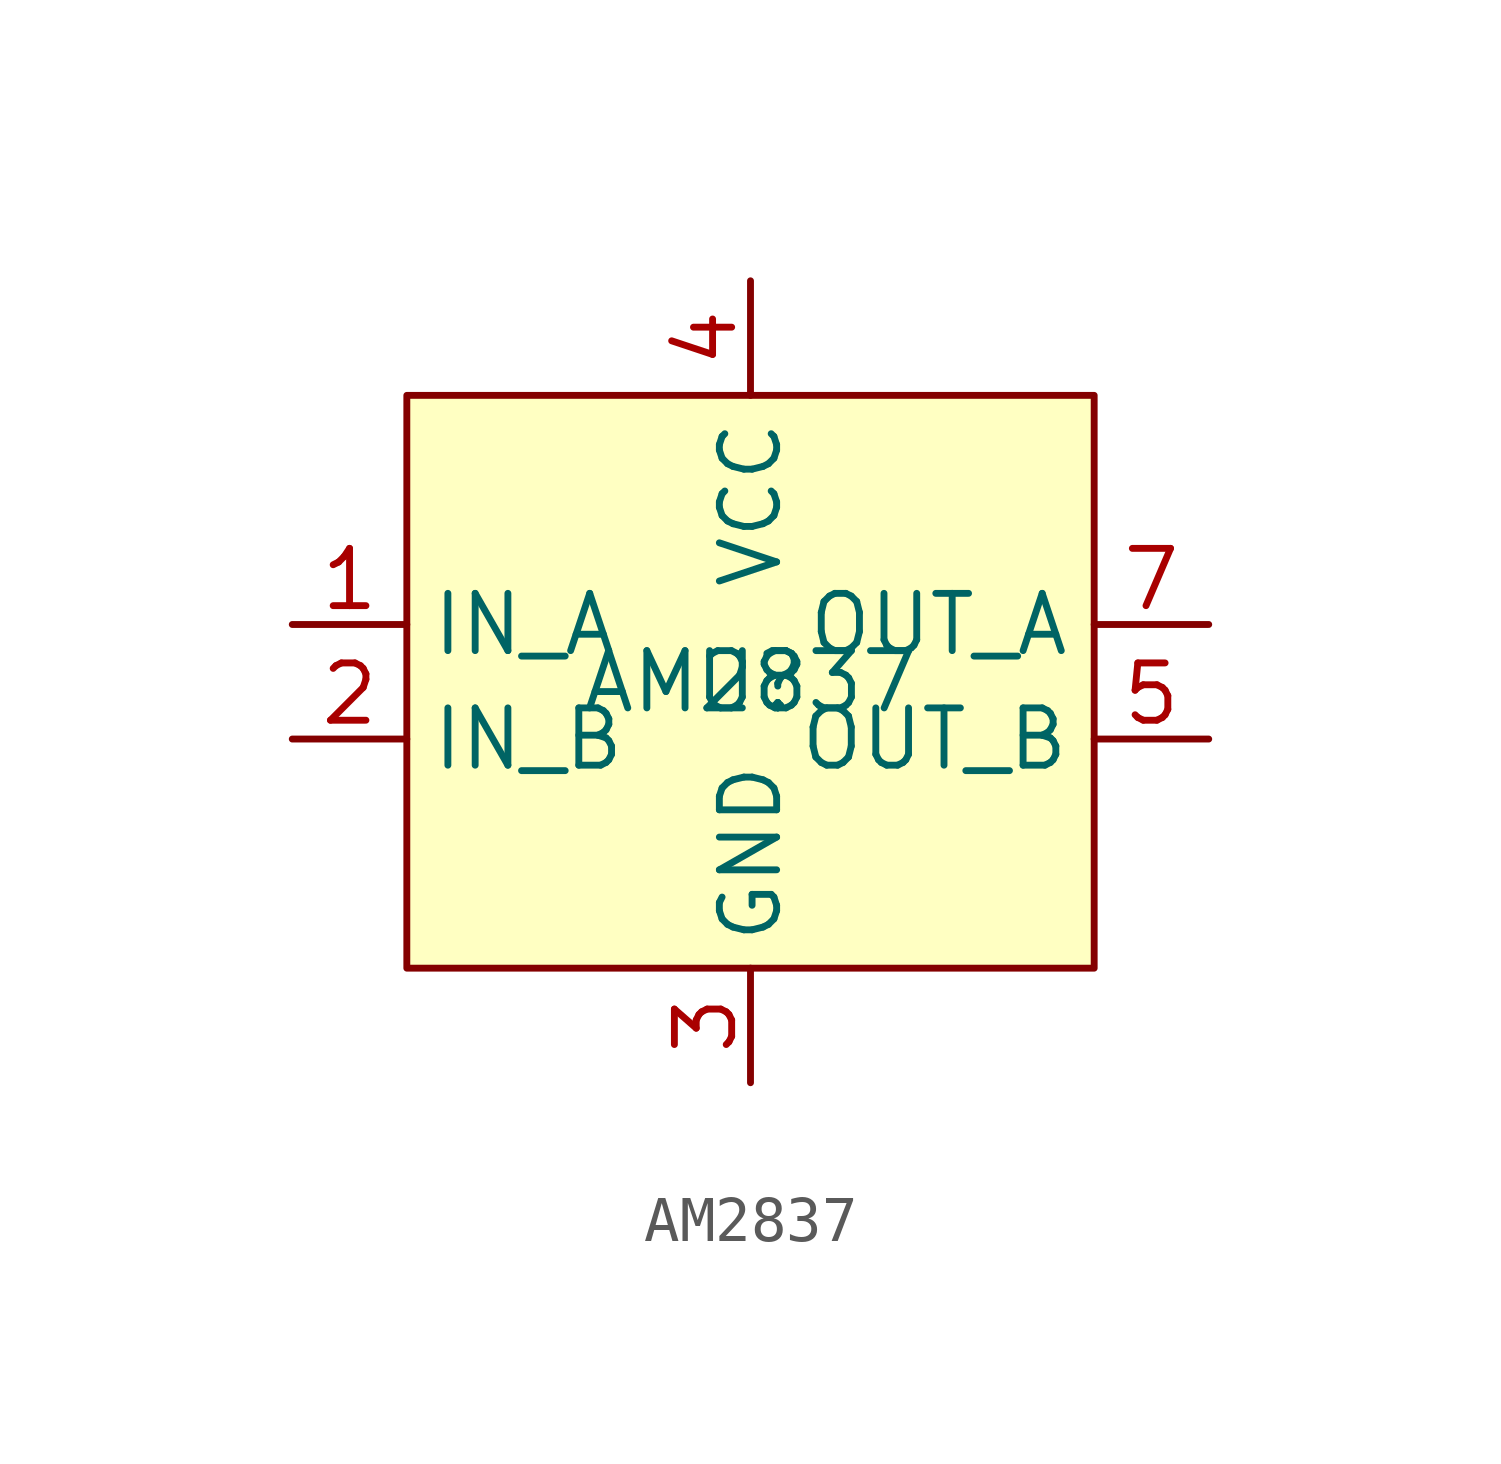
<source format=kicad_sym>
(kicad_symbol_lib
  (version 20241209)
  (generator "kicad_symbol_editor")
  (generator_version "9.0")
  (symbol "AM2837"
    (property "Reference" "U"
      (at 0 0 0)
      (effects (font (size 1.27 1.27))))
    (property "Value" "AM2837"
      (at 0 0 0)
      (effects (font (size 1.27 1.27))))
    (symbol "AM2837_1_1"
      (rectangle (start -7.62 6.35) (end 7.62 -6.35) (stroke (width 0) (type solid)) (fill (type background)))
      (pin input line (at -10.16 1.27 0) (length 2.54) (name "IN_A" (effects (font (size 1.27 1.27)))) (number "1" (effects (font (size 1.27 1.27)))))
      (pin input line (at -10.16 -1.27 0) (length 2.54) (name "IN_B" (effects (font (size 1.27 1.27)))) (number "2" (effects (font (size 1.27 1.27)))))
      (pin power_in line (at 0 8.89 270) (length 2.54) (name "VCC" (effects (font (size 1.27 1.27)))) (number "4" (effects (font (size 1.27 1.27)))))
      (pin power_in line (at 0 -8.89 90) (length 2.54) (name "GND" (effects (font (size 1.27 1.27)))) (number "3" (effects (font (size 1.27 1.27)))))
      (pin output line (at 10.16 1.27 180) (length 2.54) (name "OUT_A" (effects (font (size 1.27 1.27)))) (number "7" (effects (font (size 1.27 1.27)))))
      (pin output line (at 10.16 1.27 180) (length 2.54) (hide yes) (name "OUT_A" (effects (font (size 1.27 1.27)))) (number "8" (effects (font (size 1.27 1.27)))))
      (pin output line (at 10.16 -1.27 180) (length 2.54) (name "OUT_B" (effects (font (size 1.27 1.27)))) (number "5" (effects (font (size 1.27 1.27)))))
      (pin output line (at 10.16 -1.27 180) (length 2.54) (hide yes) (name "OUT_B" (effects (font (size 1.27 1.27)))) (number "6" (effects (font (size 1.27 1.27))))))))
</source>
